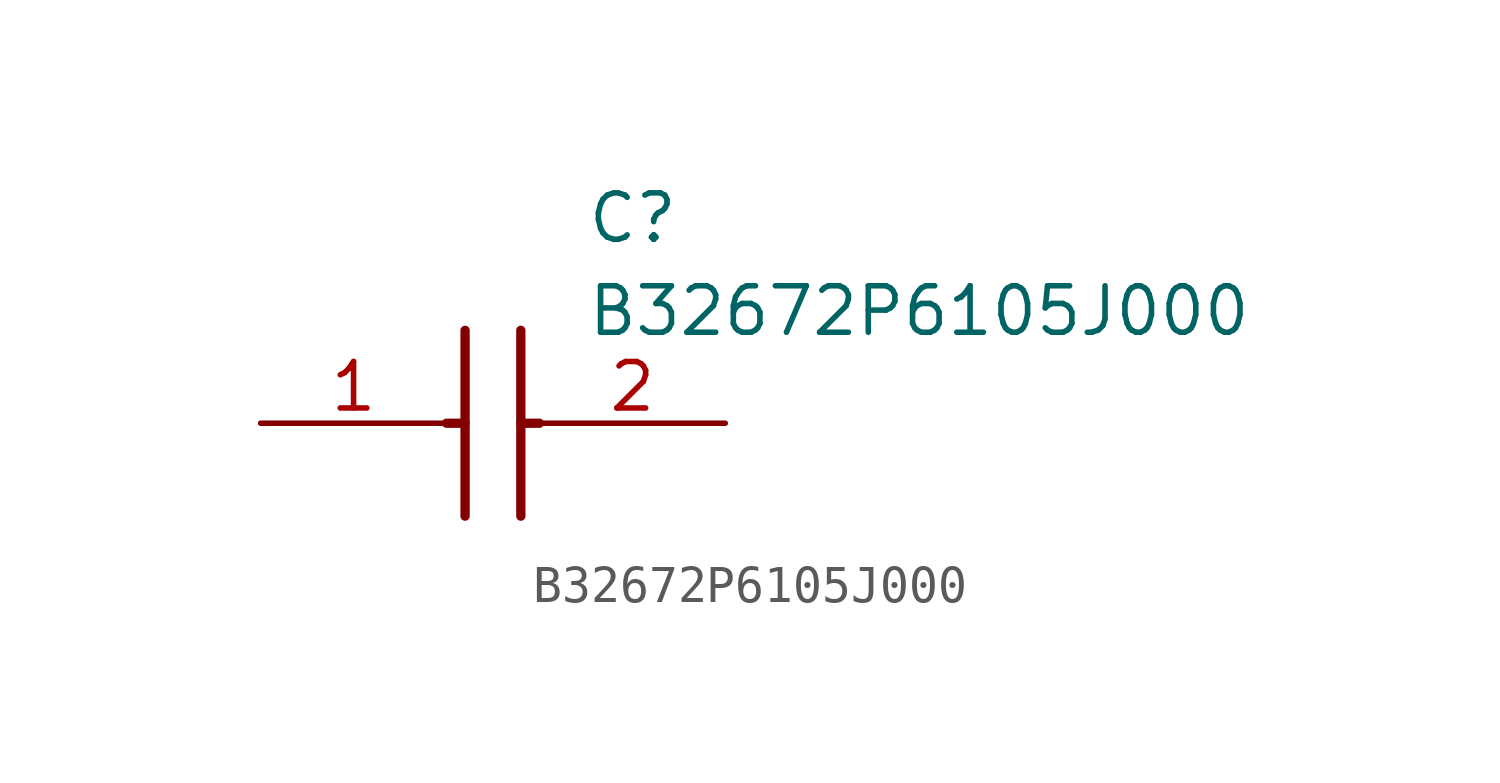
<source format=kicad_sym>
(kicad_symbol_lib
  (version 20211014)
  (generator SamacSys_ECAD_Model)
  (symbol "B32672P6105J000"
    (pin_names hide)
    (property "Reference" "C"
      (at 8.89 6.35 0)
      (effects (font (size 1.27 1.27)) (justify left top)))
    (property "Value" "B32672P6105J000"
      (at 8.89 3.81 0)
      (effects (font (size 1.27 1.27)) (justify left top)))
    (polyline
      (pts (xy 5.588 2.54) (xy 5.588 -2.54))
      (stroke (width 0.254) (type default))
      (fill (type none)))
    (polyline
      (pts (xy 7.112 2.54) (xy 7.112 -2.54))
      (stroke (width 0.254) (type default))
      (fill (type none)))
    (polyline
      (pts (xy 5.08 0) (xy 5.588 0))
      (stroke (width 0.254) (type default))
      (fill (type none)))
    (polyline
      (pts (xy 7.112 0) (xy 7.62 0))
      (stroke (width 0.254) (type default))
      (fill (type none)))
    (pin passive line
      (at 0 0 0)
      (length 5.08)
      (name "1" (effects (font (size 1.27 1.27))))
      (number "1" (effects (font (size 1.27 1.27)))))
    (pin passive line
      (at 12.7 0 180)
      (length 5.08)
      (name "2" (effects (font (size 1.27 1.27))))
      (number "2" (effects (font (size 1.27 1.27)))))))
</source>
